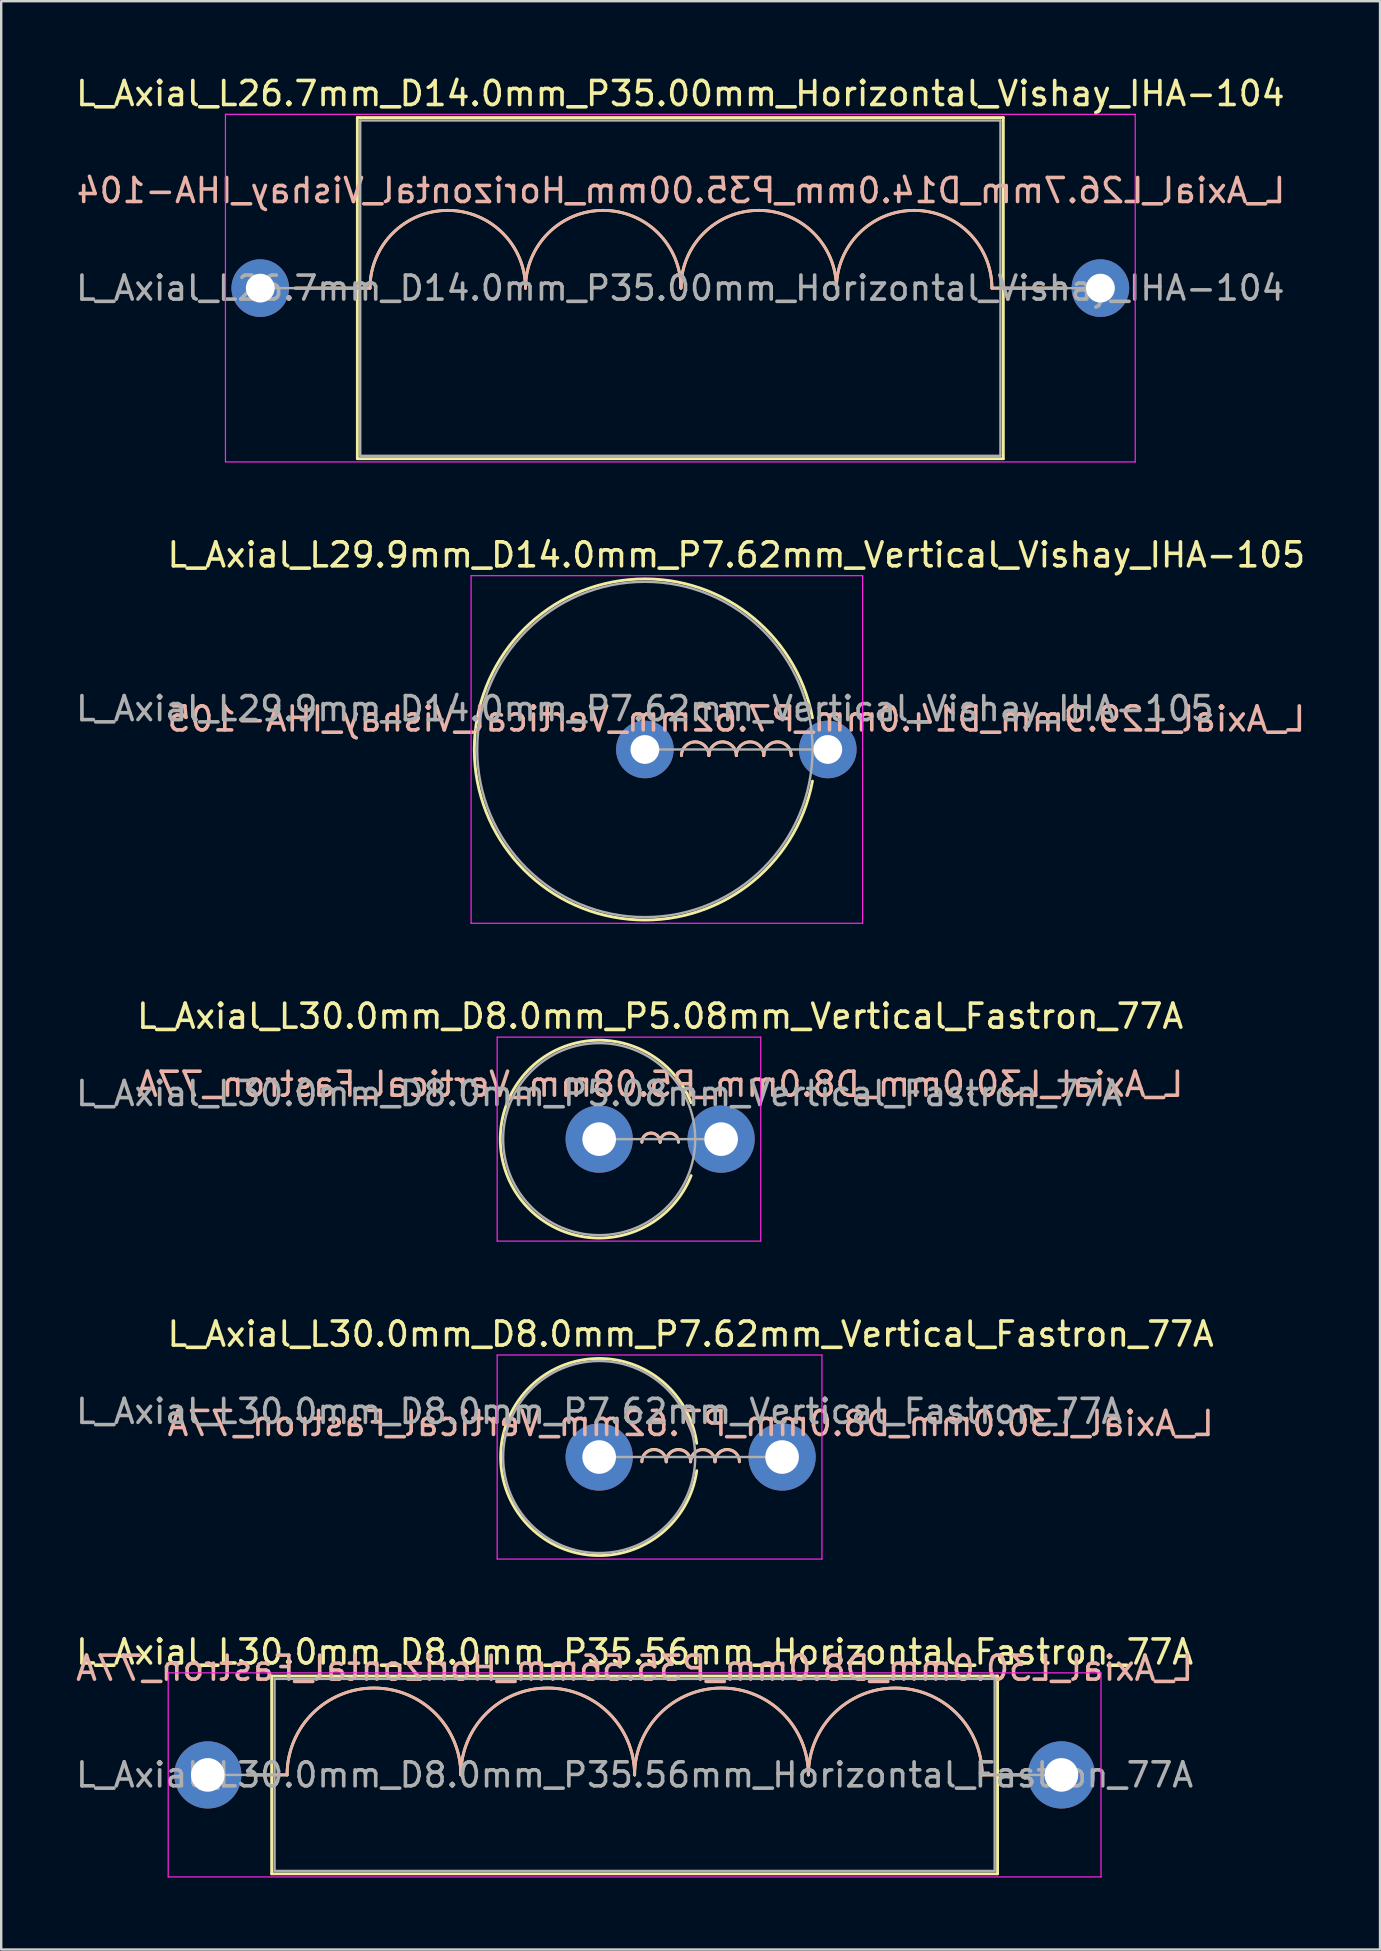
<source format=kicad_pcb>
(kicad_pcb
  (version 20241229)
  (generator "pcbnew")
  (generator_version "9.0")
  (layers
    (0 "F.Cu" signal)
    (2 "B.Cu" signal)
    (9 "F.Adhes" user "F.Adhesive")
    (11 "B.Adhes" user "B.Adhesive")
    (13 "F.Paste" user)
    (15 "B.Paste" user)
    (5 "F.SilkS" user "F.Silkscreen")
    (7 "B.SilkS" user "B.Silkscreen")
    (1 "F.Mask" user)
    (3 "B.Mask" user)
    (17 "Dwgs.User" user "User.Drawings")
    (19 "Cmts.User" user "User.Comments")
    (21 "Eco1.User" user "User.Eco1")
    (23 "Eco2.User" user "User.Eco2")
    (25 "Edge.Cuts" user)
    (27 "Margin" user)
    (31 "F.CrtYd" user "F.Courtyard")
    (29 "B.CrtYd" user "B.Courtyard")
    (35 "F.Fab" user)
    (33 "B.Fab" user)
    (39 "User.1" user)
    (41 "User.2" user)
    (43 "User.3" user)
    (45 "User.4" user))
  (footprint "L_Axial_L30.0mm_D8.0mm_P5.08mm_Vertical_Fastron_77A"
    (layer "F.Cu")
    (at 21.911 44.405)
    (property "Reference" "L_Axial_L30.0mm_D8.0mm_P5.08mm_Vertical_Fastron_77A" (at 2.54 -5.12 0) (layer "F.SilkS") (effects (font (size 1 1) (thickness 0.15))))
    (fp_arc (start 1.778 0.127) (mid 2.159 -0.254) (end 2.54 0.127) (stroke (width 0.12) (type solid)) (layer "F.SilkS"))
    (fp_arc (start 2.54 0.127) (mid 2.921 -0.254) (end 3.302 0.127) (stroke (width 0.12) (type solid)) (layer "F.SilkS"))
    (fp_arc (start 3.82936 1.52) (mid -4.12 0) (end 3.82936 -1.52) (stroke (width 0.12) (type solid)) (layer "F.SilkS"))
    (fp_arc (start 1.778 0.127) (mid 2.159 -0.254) (end 2.54 0.127) (stroke (width 0.12) (type solid)) (layer "B.SilkS"))
    (fp_arc (start 2.54 0.127) (mid 2.921 -0.254) (end 3.302 0.127) (stroke (width 0.12) (type solid)) (layer "B.SilkS"))
    (fp_line (start -4.25 -4.25) (end -4.25 4.25) (stroke (width 0.05) (type solid)) (layer "F.CrtYd"))
    (fp_line (start -4.25 4.25) (end 6.73 4.25) (stroke (width 0.05) (type solid)) (layer "F.CrtYd"))
    (fp_line (start 6.73 -4.25) (end -4.25 -4.25) (stroke (width 0.05) (type solid)) (layer "F.CrtYd"))
    (fp_line (start 6.73 4.25) (end 6.73 -4.25) (stroke (width 0.05) (type solid)) (layer "F.CrtYd"))
    (fp_line (start 0 0) (end 5.08 0) (stroke (width 0.1) (type solid)) (layer "F.Fab"))
    (fp_circle (center 0 0) (end 4 0) (stroke (width 0.1) (type solid)) (fill no) (layer "F.Fab"))
    (fp_text user "${REFERENCE}" (at 2.54 -2.286 0) (layer "B.SilkS") (effects (font (size 1 1) (thickness 0.15)) (justify mirror)))
    (fp_text user "${REFERENCE}" (at 0 -1.9 0) (layer "F.Fab") (effects (font (size 1 1) (thickness 0.15))))
    (pad "1" thru_hole circle (at 0 0) (size 2.8 2.8) (drill 1.4) (layers "*.Cu" "*.Mask"))
    (pad "2" thru_hole oval (at 5.08 0) (size 2.8 2.8) (drill 1.4) (layers "*.Cu" "*.Mask")))
  (footprint "L_Axial_L30.0mm_D8.0mm_P7.62mm_Vertical_Fastron_77A"
    (layer "F.Cu")
    (at 21.911 57.648)
    (property "Reference" "L_Axial_L30.0mm_D8.0mm_P7.62mm_Vertical_Fastron_77A" (at 3.81 -5.12 0) (layer "F.SilkS") (effects (font (size 1 1) (thickness 0.15))))
    (fp_arc (start 1.778 0.1905) (mid 2.286 -0.3175) (end 2.794 0.1905) (stroke (width 0.12) (type solid)) (layer "F.SilkS"))
    (fp_arc (start 2.794 0.1905) (mid 3.302 -0.3175) (end 3.81 0.1905) (stroke (width 0.12) (type solid)) (layer "F.SilkS"))
    (fp_arc (start 3.81 0.1905) (mid 4.318 -0.3175) (end 4.826 0.1905) (stroke (width 0.12) (type solid)) (layer "F.SilkS"))
    (fp_arc (start 4.064 0.5715) (mid -4.103987 0) (end 4.064 -0.5715) (stroke (width 0.12) (type solid)) (layer "F.SilkS"))
    (fp_arc (start 4.826 0.1905) (mid 5.334 -0.3175) (end 5.842 0.1905) (stroke (width 0.12) (type solid)) (layer "F.SilkS"))
    (fp_arc (start 1.778 0.2032) (mid 2.286 -0.3048) (end 2.794 0.2032) (stroke (width 0.12) (type solid)) (layer "B.SilkS"))
    (fp_arc (start 2.794 0.2032) (mid 3.302 -0.3048) (end 3.81 0.2032) (stroke (width 0.12) (type solid)) (layer "B.SilkS"))
    (fp_arc (start 3.81 0.2032) (mid 4.318 -0.3048) (end 4.826 0.2032) (stroke (width 0.12) (type solid)) (layer "B.SilkS"))
    (fp_arc (start 4.826 0.2032) (mid 5.334 -0.3048) (end 5.842 0.2032) (stroke (width 0.12) (type solid)) (layer "B.SilkS"))
    (fp_line (start -4.25 -4.25) (end -4.25 4.25) (stroke (width 0.05) (type solid)) (layer "F.CrtYd"))
    (fp_line (start -4.25 4.25) (end 9.28 4.25) (stroke (width 0.05) (type solid)) (layer "F.CrtYd"))
    (fp_line (start 9.28 -4.25) (end -4.25 -4.25) (stroke (width 0.05) (type solid)) (layer "F.CrtYd"))
    (fp_line (start 9.28 4.25) (end 9.28 -4.25) (stroke (width 0.05) (type solid)) (layer "F.CrtYd"))
    (fp_line (start 0 0) (end 7.62 0) (stroke (width 0.1) (type solid)) (layer "F.Fab"))
    (fp_circle (center 0 0) (end 4 0) (stroke (width 0.1) (type solid)) (fill no) (layer "F.Fab"))
    (fp_text user "${REFERENCE}" (at 3.81 -1.397 0) (layer "B.SilkS") (effects (font (size 1 1) (thickness 0.15)) (justify mirror)))
    (fp_text user "${REFERENCE}" (at 0 -1.9 0) (layer "F.Fab") (effects (font (size 1 1) (thickness 0.15))))
    (pad "1" thru_hole circle (at 0 0) (size 2.8 2.8) (drill 1.4) (layers "*.Cu" "*.Mask"))
    (pad "2" thru_hole oval (at 7.62 0) (size 2.8 2.8) (drill 1.4) (layers "*.Cu" "*.Mask")))
  (footprint "L_Axial_L30.0mm_D8.0mm_P35.56mm_Horizontal_Fastron_77A"
    (layer "F.Cu")
    (at 5.607 70.891)
    (property "Reference" "L_Axial_L30.0mm_D8.0mm_P35.56mm_Horizontal_Fastron_77A" (at 17.78 -5.12 0) (layer "F.SilkS") (effects (font (size 1 1) (thickness 0.15))))
    (fp_line (start 1.64 0) (end 2.66 0) (stroke (width 0.12) (type solid)) (layer "F.SilkS"))
    (fp_line (start 2.66 -4.12) (end 2.66 4.12) (stroke (width 0.12) (type solid)) (layer "F.SilkS"))
    (fp_line (start 2.66 4.12) (end 32.9 4.12) (stroke (width 0.12) (type solid)) (layer "F.SilkS"))
    (fp_line (start 3.302 0) (end 2.685 0) (stroke (width 0.12) (type solid)) (layer "F.SilkS"))
    (fp_line (start 32.258 0) (end 32.893 0) (stroke (width 0.12) (type solid)) (layer "F.SilkS"))
    (fp_line (start 32.9 -4.12) (end 2.66 -4.12) (stroke (width 0.12) (type solid)) (layer "F.SilkS"))
    (fp_line (start 32.9 4.12) (end 32.9 -4.12) (stroke (width 0.12) (type solid)) (layer "F.SilkS"))
    (fp_line (start 33.92 0) (end 32.9 0) (stroke (width 0.12) (type solid)) (layer "F.SilkS"))
    (fp_arc (start 3.302 0) (mid 6.9215 -3.6195) (end 10.541 0) (stroke (width 0.12) (type solid)) (layer "F.SilkS"))
    (fp_arc (start 10.541 0) (mid 14.1605 -3.6195) (end 17.78 0) (stroke (width 0.12) (type solid)) (layer "F.SilkS"))
    (fp_arc (start 17.78 0) (mid 21.3995 -3.6195) (end 25.019 0) (stroke (width 0.12) (type solid)) (layer "F.SilkS"))
    (fp_arc (start 25.019 0) (mid 28.6385 -3.6195) (end 32.258 0) (stroke (width 0.12) (type solid)) (layer "F.SilkS"))
    (fp_line (start 1.64 0) (end 2.66 0) (stroke (width 0.12) (type solid)) (layer "B.SilkS"))
    (fp_line (start 3.302 0) (end 2.667 0) (stroke (width 0.12) (type solid)) (layer "B.SilkS"))
    (fp_line (start 32.258 0) (end 32.875 0) (stroke (width 0.12) (type solid)) (layer "B.SilkS"))
    (fp_line (start 33.92 0) (end 32.9 0) (stroke (width 0.12) (type solid)) (layer "B.SilkS"))
    (fp_arc (start 3.302 0) (mid 6.9215 -3.6195) (end 10.541 0) (stroke (width 0.12) (type solid)) (layer "B.SilkS"))
    (fp_arc (start 10.541 0) (mid 14.1605 -3.6195) (end 17.78 0) (stroke (width 0.12) (type solid)) (layer "B.SilkS"))
    (fp_arc (start 17.78 0) (mid 21.3995 -3.6195) (end 25.019 0) (stroke (width 0.12) (type solid)) (layer "B.SilkS"))
    (fp_arc (start 25.019 0) (mid 28.6385 -3.6195) (end 32.258 0) (stroke (width 0.12) (type solid)) (layer "B.SilkS"))
    (fp_line (start -1.65 -4.25) (end -1.65 4.25) (stroke (width 0.05) (type solid)) (layer "F.CrtYd"))
    (fp_line (start -1.65 4.25) (end 37.21 4.25) (stroke (width 0.05) (type solid)) (layer "F.CrtYd"))
    (fp_line (start 37.21 -4.25) (end -1.65 -4.25) (stroke (width 0.05) (type solid)) (layer "F.CrtYd"))
    (fp_line (start 37.21 4.25) (end 37.21 -4.25) (stroke (width 0.05) (type solid)) (layer "F.CrtYd"))
    (fp_line (start 0 0) (end 2.78 0) (stroke (width 0.1) (type solid)) (layer "F.Fab"))
    (fp_line (start 2.78 -4) (end 2.78 4) (stroke (width 0.1) (type solid)) (layer "F.Fab"))
    (fp_line (start 2.78 4) (end 32.78 4) (stroke (width 0.1) (type solid)) (layer "F.Fab"))
    (fp_line (start 32.78 -4) (end 2.78 -4) (stroke (width 0.1) (type solid)) (layer "F.Fab"))
    (fp_line (start 32.78 4) (end 32.78 -4) (stroke (width 0.1) (type solid)) (layer "F.Fab"))
    (fp_line (start 35.56 0) (end 32.78 0) (stroke (width 0.1) (type solid)) (layer "F.Fab"))
    (fp_text user "${REFERENCE}" (at 17.78 -4.445 0) (layer "B.SilkS") (effects (font (size 1 1) (thickness 0.15)) (justify mirror)))
    (fp_text user "${REFERENCE}" (at 17.78 0 0) (layer "F.Fab") (effects (font (size 1 1) (thickness 0.15))))
    (pad "1" thru_hole circle (at 0 0) (size 2.8 2.8) (drill 1.4) (layers "*.Cu" "*.Mask"))
    (pad "2" thru_hole oval (at 35.56 0) (size 2.8 2.8) (drill 1.4) (layers "*.Cu" "*.Mask")))
  (footprint "L_Axial_L29.9mm_D14.0mm_P7.62mm_Vertical_Vishay_IHA-105"
    (layer "F.Cu")
    (at 23.815 28.172)
    (property "Reference" "L_Axial_L29.9mm_D14.0mm_P7.62mm_Vertical_Vishay_IHA-105" (at 3.81 -8.105 0) (layer "F.SilkS") (effects (font (size 1 1) (thickness 0.15))))
    (fp_arc (start 1.524 0.254) (mid 2.0955 -0.3175) (end 2.667 0.254) (stroke (width 0.12) (type solid)) (layer "F.SilkS"))
    (fp_arc (start 2.667 0.254) (mid 3.2385 -0.3175) (end 3.81 0.254) (stroke (width 0.12) (type solid)) (layer "F.SilkS"))
    (fp_arc (start 3.81 0.254) (mid 4.3815 -0.3175) (end 4.953 0.254) (stroke (width 0.12) (type solid)) (layer "F.SilkS"))
    (fp_arc (start 4.953 0.254) (mid 5.5245 -0.3175) (end 6.096 0.254) (stroke (width 0.12) (type solid)) (layer "F.SilkS"))
    (fp_arc (start 6.981305 1.32) (mid -7.105 0) (end 6.981305 -1.32) (stroke (width 0.12) (type solid)) (layer "F.SilkS"))
    (fp_arc (start 1.524 0.254) (mid 2.0955 -0.3175) (end 2.667 0.254) (stroke (width 0.12) (type solid)) (layer "B.SilkS"))
    (fp_arc (start 2.667 0.254) (mid 3.2385 -0.3175) (end 3.81 0.254) (stroke (width 0.12) (type solid)) (layer "B.SilkS"))
    (fp_arc (start 3.81 0.254) (mid 4.3815 -0.3175) (end 4.953 0.254) (stroke (width 0.12) (type solid)) (layer "B.SilkS"))
    (fp_arc (start 4.953 0.254) (mid 5.5245 -0.3175) (end 6.096 0.254) (stroke (width 0.12) (type solid)) (layer "B.SilkS"))
    (fp_line (start -7.24 -7.24) (end -7.24 7.24) (stroke (width 0.05) (type solid)) (layer "F.CrtYd"))
    (fp_line (start -7.24 7.24) (end 9.07 7.24) (stroke (width 0.05) (type solid)) (layer "F.CrtYd"))
    (fp_line (start 9.07 -7.24) (end -7.24 -7.24) (stroke (width 0.05) (type solid)) (layer "F.CrtYd"))
    (fp_line (start 9.07 7.24) (end 9.07 -7.24) (stroke (width 0.05) (type solid)) (layer "F.CrtYd"))
    (fp_line (start 0 0) (end 7.62 0) (stroke (width 0.1) (type solid)) (layer "F.Fab"))
    (fp_circle (center 0 0) (end 6.985 0) (stroke (width 0.1) (type solid)) (fill no) (layer "F.Fab"))
    (fp_text user "${REFERENCE}" (at 3.81 -1.27 0) (layer "B.SilkS") (effects (font (size 1 1) (thickness 0.15)) (justify mirror)))
    (fp_text user "${REFERENCE}" (at 0 -1.7 0) (layer "F.Fab") (effects (font (size 1 1) (thickness 0.15))))
    (pad "1" thru_hole circle (at 0 0) (size 2.4 2.4) (drill 1.2) (layers "*.Cu" "*.Mask"))
    (pad "2" thru_hole oval (at 7.62 0) (size 2.4 2.4) (drill 1.2) (layers "*.Cu" "*.Mask")))
  (footprint "L_Axial_L26.7mm_D14.0mm_P35.00mm_Horizontal_Vishay_IHA-104"
    (layer "F.Cu")
    (at 7.792 8.953)
    (property "Reference" "L_Axial_L26.7mm_D14.0mm_P35.00mm_Horizontal_Vishay_IHA-104" (at 17.5 -8.105 0) (layer "F.SilkS") (effects (font (size 1 1) (thickness 0.15))))
    (fp_line (start 1.44 0) (end 4.045 0) (stroke (width 0.12) (type solid)) (layer "F.SilkS"))
    (fp_line (start 4.045 -7.105) (end 4.045 7.105) (stroke (width 0.12) (type solid)) (layer "F.SilkS"))
    (fp_line (start 4.045 7.105) (end 30.955 7.105) (stroke (width 0.12) (type solid)) (layer "F.SilkS"))
    (fp_line (start 4.572 0) (end 4.045 0) (stroke (width 0.12) (type solid)) (layer "F.SilkS"))
    (fp_line (start 30.48 0) (end 30.988 0) (stroke (width 0.12) (type solid)) (layer "F.SilkS"))
    (fp_line (start 30.955 -7.105) (end 4.045 -7.105) (stroke (width 0.12) (type solid)) (layer "F.SilkS"))
    (fp_line (start 30.955 7.105) (end 30.955 -7.105) (stroke (width 0.12) (type solid)) (layer "F.SilkS"))
    (fp_line (start 33.56 0) (end 30.955 0) (stroke (width 0.12) (type solid)) (layer "F.SilkS"))
    (fp_arc (start 4.572 0) (mid 7.8105 -3.2385) (end 11.049 0) (stroke (width 0.12) (type solid)) (layer "F.SilkS"))
    (fp_arc (start 11.049 0) (mid 14.2875 -3.2385) (end 17.526 0) (stroke (width 0.12) (type solid)) (layer "F.SilkS"))
    (fp_arc (start 17.526 0) (mid 20.7645 -3.2385) (end 24.003 0) (stroke (width 0.12) (type solid)) (layer "F.SilkS"))
    (fp_arc (start 24.003 0) (mid 27.2415 -3.2385) (end 30.48 0) (stroke (width 0.12) (type solid)) (layer "F.SilkS"))
    (fp_line (start 1.492 0) (end 4.097 0) (stroke (width 0.12) (type solid)) (layer "B.SilkS"))
    (fp_line (start 4.572 0) (end 4.064 0) (stroke (width 0.12) (type solid)) (layer "B.SilkS"))
    (fp_line (start 30.48 0) (end 31.007 0) (stroke (width 0.12) (type solid)) (layer "B.SilkS"))
    (fp_line (start 33.612 0) (end 31.007 0) (stroke (width 0.12) (type solid)) (layer "B.SilkS"))
    (fp_arc (start 4.572 0) (mid 7.8105 -3.2385) (end 11.049 0) (stroke (width 0.12) (type solid)) (layer "B.SilkS"))
    (fp_arc (start 11.049 0) (mid 14.2875 -3.2385) (end 17.526 0) (stroke (width 0.12) (type solid)) (layer "B.SilkS"))
    (fp_arc (start 17.526 0) (mid 20.7645 -3.2385) (end 24.003 0) (stroke (width 0.12) (type solid)) (layer "B.SilkS"))
    (fp_arc (start 24.003 0) (mid 27.2415 -3.2385) (end 30.48 0) (stroke (width 0.12) (type solid)) (layer "B.SilkS"))
    (fp_line (start -1.45 -7.24) (end -1.45 7.24) (stroke (width 0.05) (type solid)) (layer "F.CrtYd"))
    (fp_line (start -1.45 7.24) (end 36.45 7.24) (stroke (width 0.05) (type solid)) (layer "F.CrtYd"))
    (fp_line (start 36.45 -7.24) (end -1.45 -7.24) (stroke (width 0.05) (type solid)) (layer "F.CrtYd"))
    (fp_line (start 36.45 7.24) (end 36.45 -7.24) (stroke (width 0.05) (type solid)) (layer "F.CrtYd"))
    (fp_line (start 0 0) (end 4.165 0) (stroke (width 0.1) (type solid)) (layer "F.Fab"))
    (fp_line (start 4.165 -6.985) (end 4.165 6.985) (stroke (width 0.1) (type solid)) (layer "F.Fab"))
    (fp_line (start 4.165 6.985) (end 30.835 6.985) (stroke (width 0.1) (type solid)) (layer "F.Fab"))
    (fp_line (start 30.835 -6.985) (end 4.165 -6.985) (stroke (width 0.1) (type solid)) (layer "F.Fab"))
    (fp_line (start 30.835 6.985) (end 30.835 -6.985) (stroke (width 0.1) (type solid)) (layer "F.Fab"))
    (fp_line (start 35 0) (end 30.835 0) (stroke (width 0.1) (type solid)) (layer "F.Fab"))
    (fp_text user "${REFERENCE}" (at 17.526 -4.064 0) (layer "B.SilkS") (effects (font (size 1 1) (thickness 0.15)) (justify mirror)))
    (fp_text user "${REFERENCE}" (at 17.5 0 0) (layer "F.Fab") (effects (font (size 1 1) (thickness 0.15))))
    (pad "1" thru_hole circle (at 0 0) (size 2.4 2.4) (drill 1.2) (layers "*.Cu" "*.Mask"))
    (pad "2" thru_hole oval (at 35 0) (size 2.4 2.4) (drill 1.2) (layers "*.Cu" "*.Mask")))
  (gr_rect
    (start -3 -3)
    (end 54.441 78.166)
    (stroke (width 0.1) (type default))
    (fill no)
    (layer "Edge.Cuts")))
</source>
